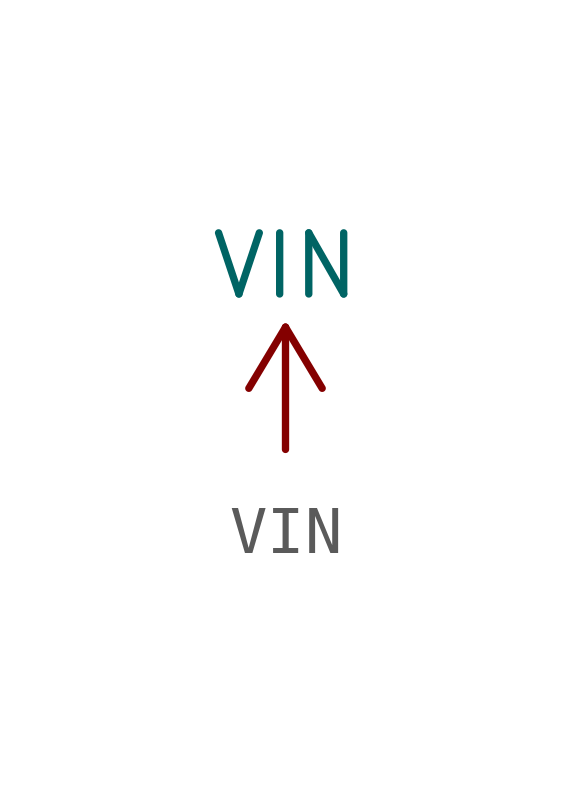
<source format=kicad_sym>
(kicad_symbol_lib
  (version 20220914)
  (generator kicad_symbol_editor)
  (symbol "VIN"
    (power)
    (pin_names
      (offset 0))
    (property "Reference" "#PWR"
      (at 0 -3.81 0)
      (effects (font (size 1.27 1.27)) hide))
    (property "Value" "VIN"
      (at 0 3.81 0)
      (effects (font (size 1.27 1.27))))
    (symbol "VIN_0_1"
      (polyline (pts (xy -0.762 1.27) (xy 0 2.54)) (stroke (width 0) (type default)) (fill (type none)))
      (polyline (pts (xy 0 0) (xy 0 2.54)) (stroke (width 0) (type default)) (fill (type none)))
      (polyline (pts (xy 0 2.54) (xy 0.762 1.27)) (stroke (width 0) (type default)) (fill (type none))))
    (symbol "VIN_1_1"
      (pin power_in line (at 0 0 90) (length 0) hide (name "VIN" (effects (font (size 1.27 1.27)))) (number "1" (effects (font (size 1.27 1.27))))))))
</source>
